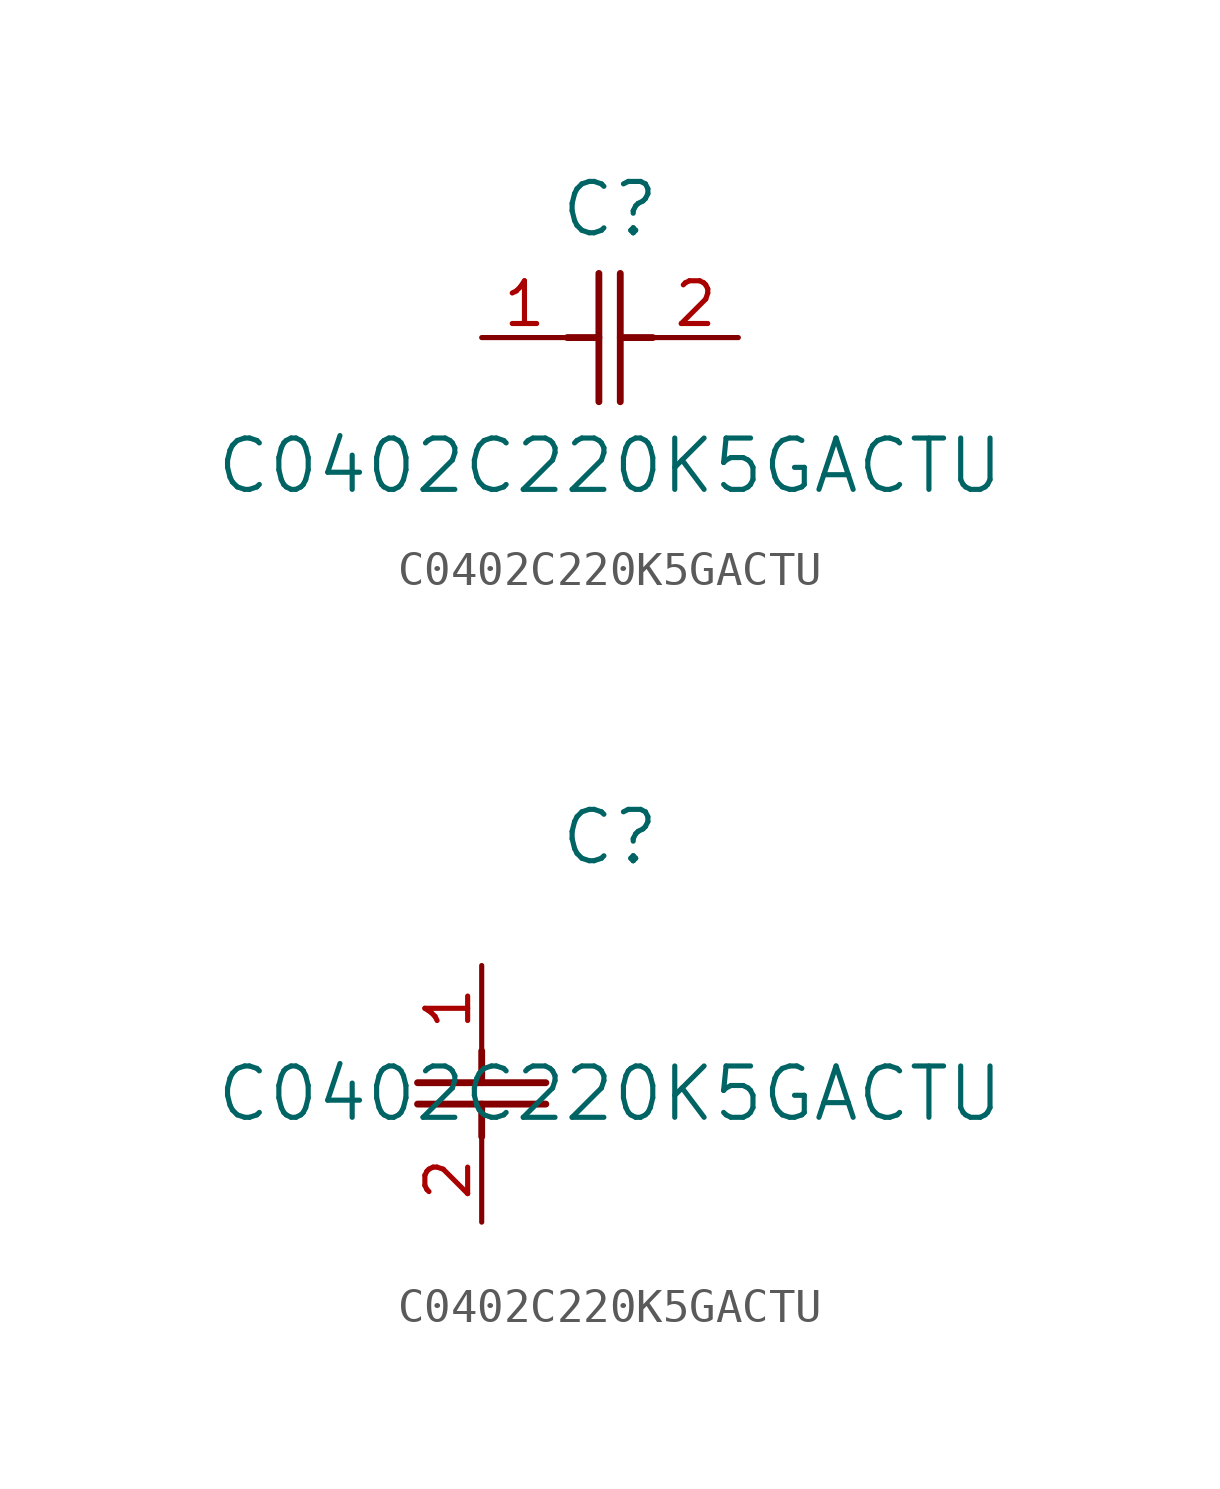
<source format=kicad_sym>
(kicad_symbol_lib
  (version 20211014)
  (generator kicad_symbol_editor)
  (symbol "C0402C220K5GACTU"
    (pin_names
      (offset 0.254))
    (property "Reference" "C"
      (at 3.81 3.81 0)
      (effects (font (size 1.524 1.524))))
    (property "Value" "C0402C220K5GACTU"
      (at 3.81 -3.81 0)
      (effects (font (size 1.524 1.524))))
    (symbol "C0402C220K5GACTU_1_1"
      (polyline (pts (xy 3.48 -1.905) (xy 3.48 1.905)) (stroke (width 0.203) (type default) (color 0 0 0 0)) (fill (type none)))
      (polyline (pts (xy 4.115 -1.905) (xy 4.115 1.905)) (stroke (width 0.203) (type default) (color 0 0 0 0)) (fill (type none)))
      (polyline (pts (xy 4.115 0) (xy 5.08 0)) (stroke (width 0.203) (type default) (color 0 0 0 0)) (fill (type none)))
      (polyline (pts (xy 2.54 0) (xy 3.48 0)) (stroke (width 0.203) (type default) (color 0 0 0 0)) (fill (type none)))
      (pin unspecified line (at 0 0 0) (length 2.54) (name "" (effects (font (size 1.27 1.27)))) (number "1" (effects (font (size 1.27 1.27)))))
      (pin unspecified line (at 7.62 0 180) (length 2.54) (name "" (effects (font (size 1.27 1.27)))) (number "2" (effects (font (size 1.27 1.27))))))
    (symbol "C0402C220K5GACTU_1_2"
      (polyline (pts (xy -1.905 -3.48) (xy 1.905 -3.48)) (stroke (width 0.203) (type default) (color 0 0 0 0)) (fill (type none)))
      (polyline (pts (xy -1.905 -4.115) (xy 1.905 -4.115)) (stroke (width 0.203) (type default) (color 0 0 0 0)) (fill (type none)))
      (polyline (pts (xy 0 -4.115) (xy 0 -5.08)) (stroke (width 0.203) (type default) (color 0 0 0 0)) (fill (type none)))
      (polyline (pts (xy 0 -2.54) (xy 0 -3.48)) (stroke (width 0.203) (type default) (color 0 0 0 0)) (fill (type none)))
      (pin unspecified line (at 0 0 270) (length 2.54) (name "" (effects (font (size 1.27 1.27)))) (number "1" (effects (font (size 1.27 1.27)))))
      (pin unspecified line (at 0 -7.62 90) (length 2.54) (name "" (effects (font (size 1.27 1.27)))) (number "2" (effects (font (size 1.27 1.27))))))))
</source>
